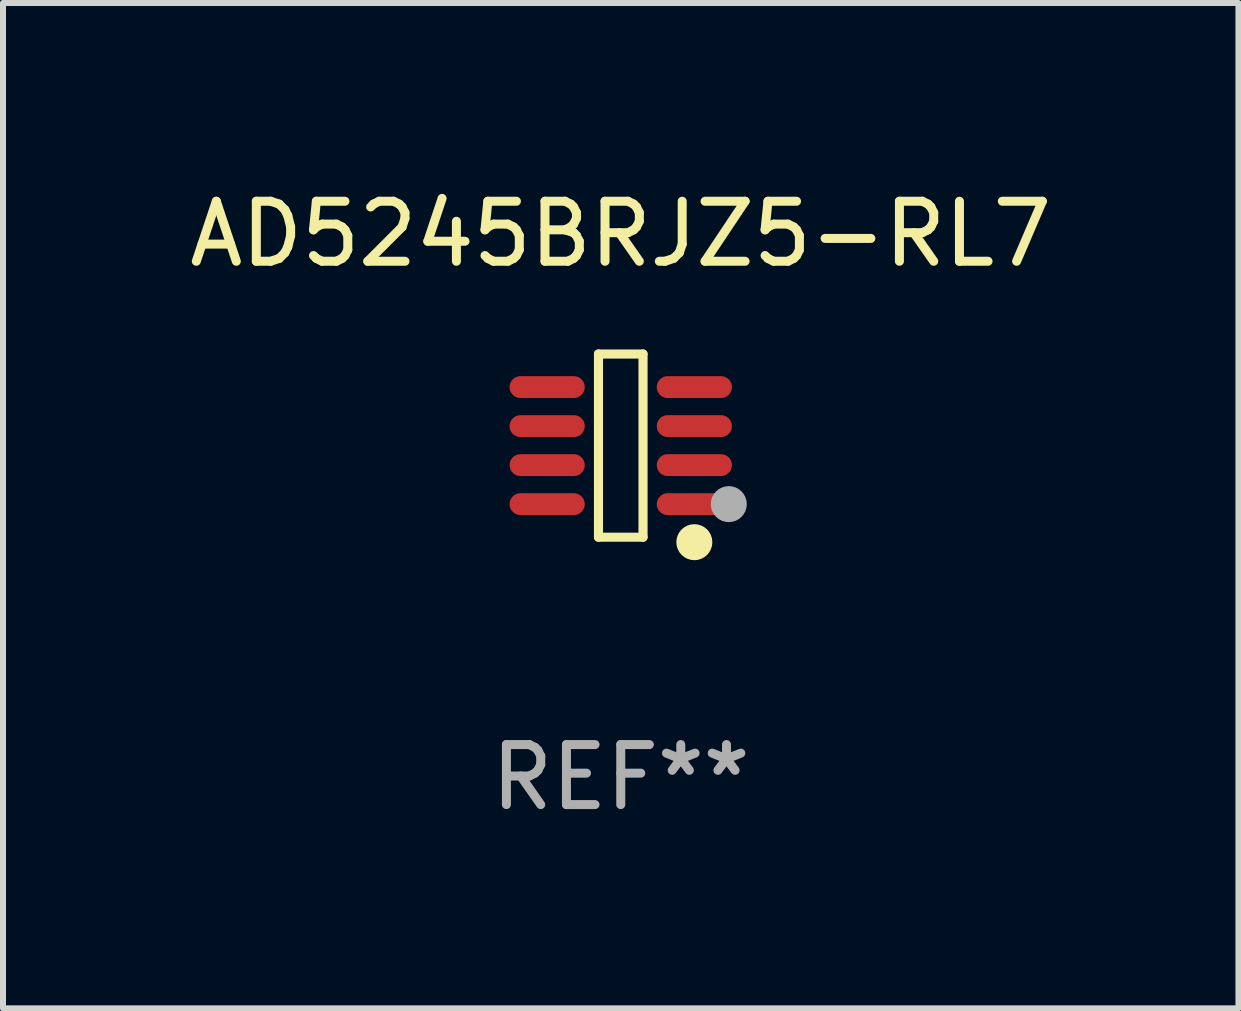
<source format=kicad_pcb>
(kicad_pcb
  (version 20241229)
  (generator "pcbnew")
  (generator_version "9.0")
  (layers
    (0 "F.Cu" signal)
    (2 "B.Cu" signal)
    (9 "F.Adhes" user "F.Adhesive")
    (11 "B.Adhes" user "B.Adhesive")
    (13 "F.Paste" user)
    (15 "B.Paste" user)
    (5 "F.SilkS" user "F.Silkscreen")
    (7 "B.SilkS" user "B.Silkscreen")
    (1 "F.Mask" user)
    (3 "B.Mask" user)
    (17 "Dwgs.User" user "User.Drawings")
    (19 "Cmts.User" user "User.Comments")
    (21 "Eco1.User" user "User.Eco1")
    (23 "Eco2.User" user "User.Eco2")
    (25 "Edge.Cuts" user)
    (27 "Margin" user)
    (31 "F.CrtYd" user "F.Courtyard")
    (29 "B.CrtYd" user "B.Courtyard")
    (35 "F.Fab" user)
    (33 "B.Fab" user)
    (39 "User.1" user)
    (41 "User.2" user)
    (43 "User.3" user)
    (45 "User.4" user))
  (footprint "AD5245BRJZ5-RL7"
    (layer "F.Cu")
    (at 7.292 4.374)
    (property "Reference" "AD5245BRJZ5-RL7" (at 0 -3.526 0) (layer "F.SilkS") (effects (font (size 1 1) (thickness 0.15))))
    (attr through_hole)
    (fp_line (start -0.371 -1.526) (end 0.371 -1.526) (stroke (width 0.152) (type solid)) (layer "F.SilkS"))
    (fp_line (start -0.371 1.526) (end -0.371 -1.526) (stroke (width 0.152) (type solid)) (layer "F.SilkS"))
    (fp_line (start 0.371 -1.526) (end 0.371 1.526) (stroke (width 0.152) (type solid)) (layer "F.SilkS"))
    (fp_line (start 0.371 1.526) (end -0.371 1.526) (stroke (width 0.152) (type solid)) (layer "F.SilkS"))
    (fp_circle (center 1.226 1.609) (end 1.376 1.609) (stroke (width 0.3) (type solid)) (fill no) (layer "F.SilkS"))
    (fp_circle (center 1.4 1.45) (end 1.43 1.45) (stroke (width 0.06) (type solid)) (fill no) (layer "F.SilkS"))
    (fp_circle (center 1.8 0.975) (end 1.95 0.975) (stroke (width 0.3) (type solid)) (fill no) (layer "F.Fab"))
    (fp_text user "REF**" (at 0 5.526 0) (layer "F.Fab") (effects (font (size 1 1) (thickness 0.15))))
    (pad "1" smd oval (at 1.226 0.975) (size 1.252 0.364) (layers "F.Cu" "F.Mask" "F.Paste"))
    (pad "2" smd oval (at 1.226 0.325) (size 1.252 0.364) (layers "F.Cu" "F.Mask" "F.Paste"))
    (pad "3" smd oval (at 1.226 -0.325) (size 1.252 0.364) (layers "F.Cu" "F.Mask" "F.Paste"))
    (pad "4" smd oval (at 1.226 -0.975) (size 1.252 0.364) (layers "F.Cu" "F.Mask" "F.Paste"))
    (pad "5" smd oval (at -1.226 -0.975) (size 1.252 0.364) (layers "F.Cu" "F.Mask" "F.Paste"))
    (pad "6" smd oval (at -1.226 -0.325) (size 1.252 0.364) (layers "F.Cu" "F.Mask" "F.Paste"))
    (pad "7" smd oval (at -1.226 0.325) (size 1.252 0.364) (layers "F.Cu" "F.Mask" "F.Paste"))
    (pad "8" smd oval (at -1.226 0.975) (size 1.252 0.364) (layers "F.Cu" "F.Mask" "F.Paste")))
  (gr_rect
    (start -3 -3)
    (end 17.583 13.749)
    (stroke (width 0.1) (type default))
    (fill no)
    (layer "Edge.Cuts")))
</source>
